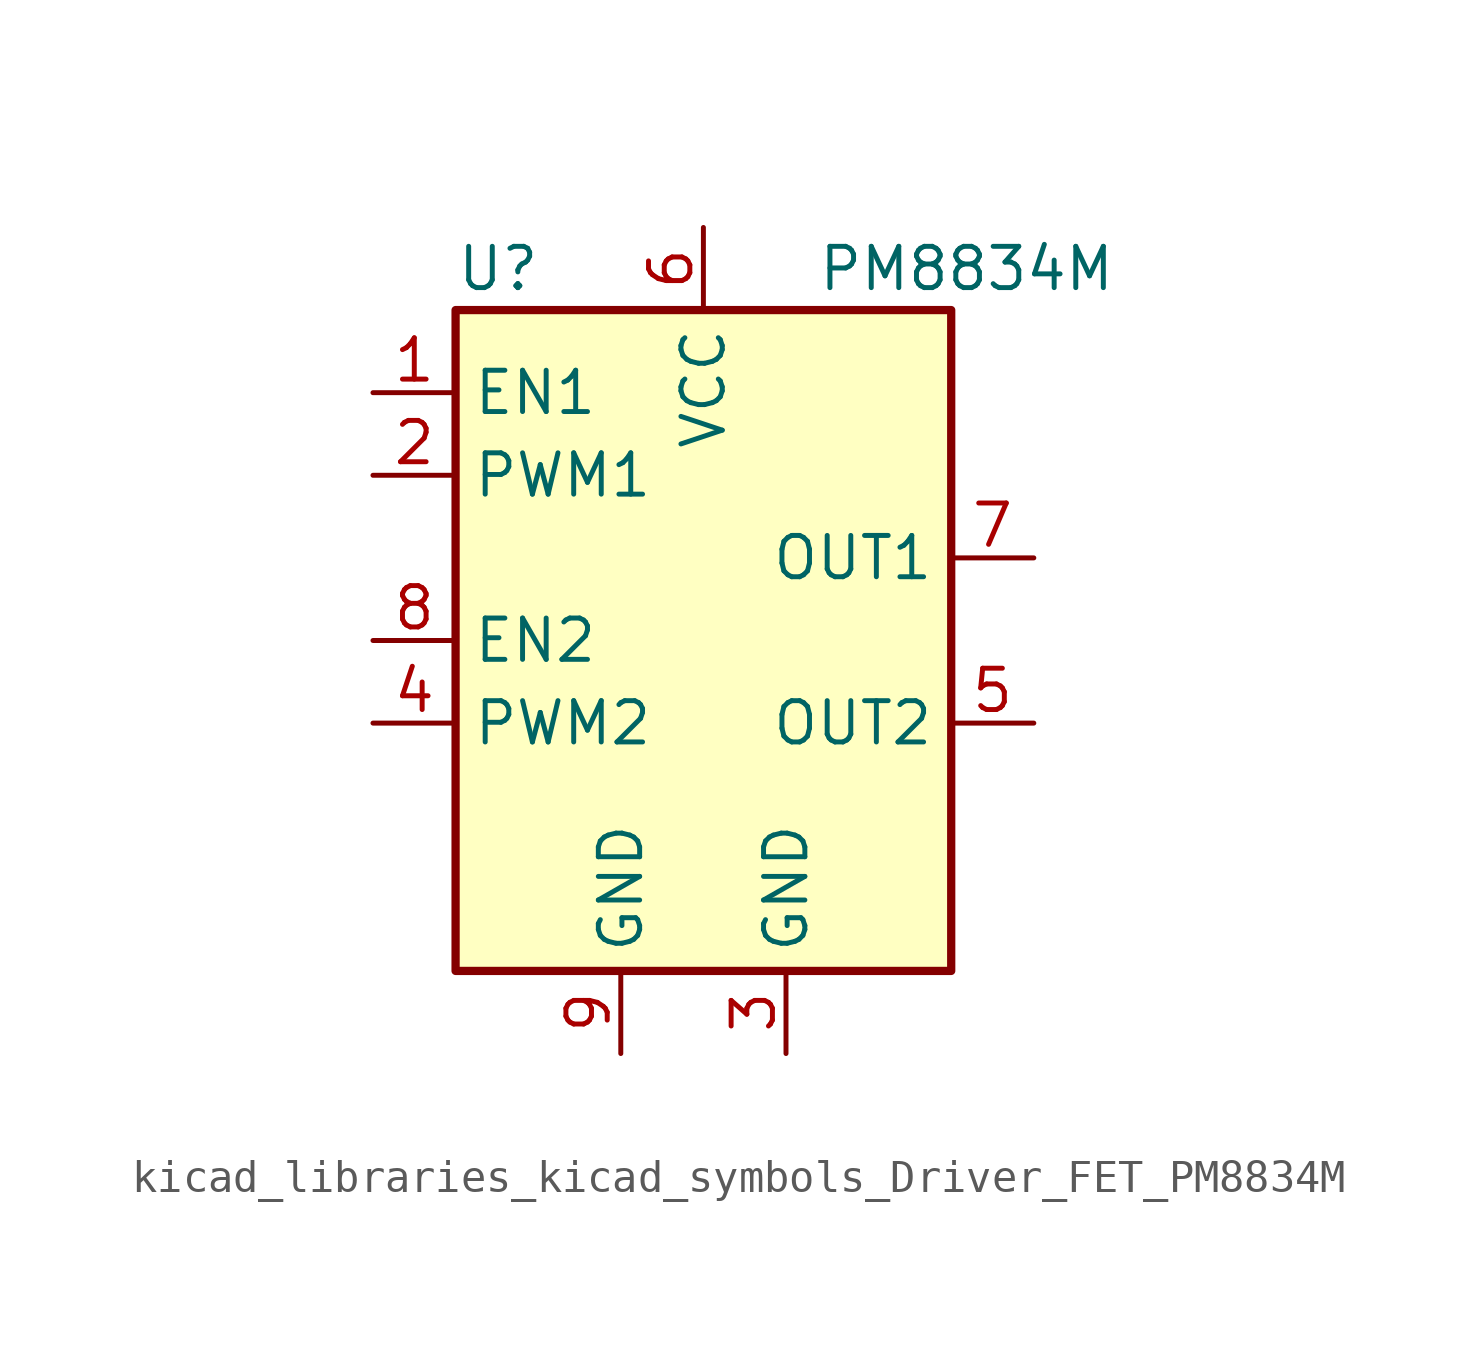
<source format=kicad_sym>
(kicad_symbol_lib
  (version 20220914)
  (generator kicad_symbol_editor)
  (symbol "kicad_libraries_kicad_symbols_Driver_FET_PM8834M"
    (property "Reference" "U"
      (at -7.62 11.43 0)
      (effects (font (size 1.27 1.27)) (justify left)))
    (property "Value" "PM8834M"
      (at 12.7 11.43 0)
      (effects (font (size 1.27 1.27)) (justify right)))
    (symbol "kicad_libraries_kicad_symbols_Driver_FET_PM8834M_0_1"
      (rectangle (start -7.62 -10.16) (end 7.62 10.16) (stroke (width 0.254) (type default)) (fill (type background))))
    (symbol "kicad_libraries_kicad_symbols_Driver_FET_PM8834M_1_1"
      (pin input line (at -10.16 7.62 0) (length 2.54) (name "EN1" (effects (font (size 1.27 1.27)))) (number "1" (effects (font (size 1.27 1.27)))))
      (pin input line (at -10.16 5.08 0) (length 2.54) (name "PWM1" (effects (font (size 1.27 1.27)))) (number "2" (effects (font (size 1.27 1.27)))))
      (pin power_in line (at 2.54 -12.7 90) (length 2.54) (name "GND" (effects (font (size 1.27 1.27)))) (number "3" (effects (font (size 1.27 1.27)))))
      (pin input line (at -10.16 -2.54 0) (length 2.54) (name "PWM2" (effects (font (size 1.27 1.27)))) (number "4" (effects (font (size 1.27 1.27)))))
      (pin output line (at 10.16 -2.54 180) (length 2.54) (name "OUT2" (effects (font (size 1.27 1.27)))) (number "5" (effects (font (size 1.27 1.27)))))
      (pin power_in line (at 0 12.7 270) (length 2.54) (name "VCC" (effects (font (size 1.27 1.27)))) (number "6" (effects (font (size 1.27 1.27)))))
      (pin output line (at 10.16 2.54 180) (length 2.54) (name "OUT1" (effects (font (size 1.27 1.27)))) (number "7" (effects (font (size 1.27 1.27)))))
      (pin input line (at -10.16 0 0) (length 2.54) (name "EN2" (effects (font (size 1.27 1.27)))) (number "8" (effects (font (size 1.27 1.27)))))
      (pin power_in line (at -2.54 -12.7 90) (length 2.54) (name "GND" (effects (font (size 1.27 1.27)))) (number "9" (effects (font (size 1.27 1.27))))))))
</source>
